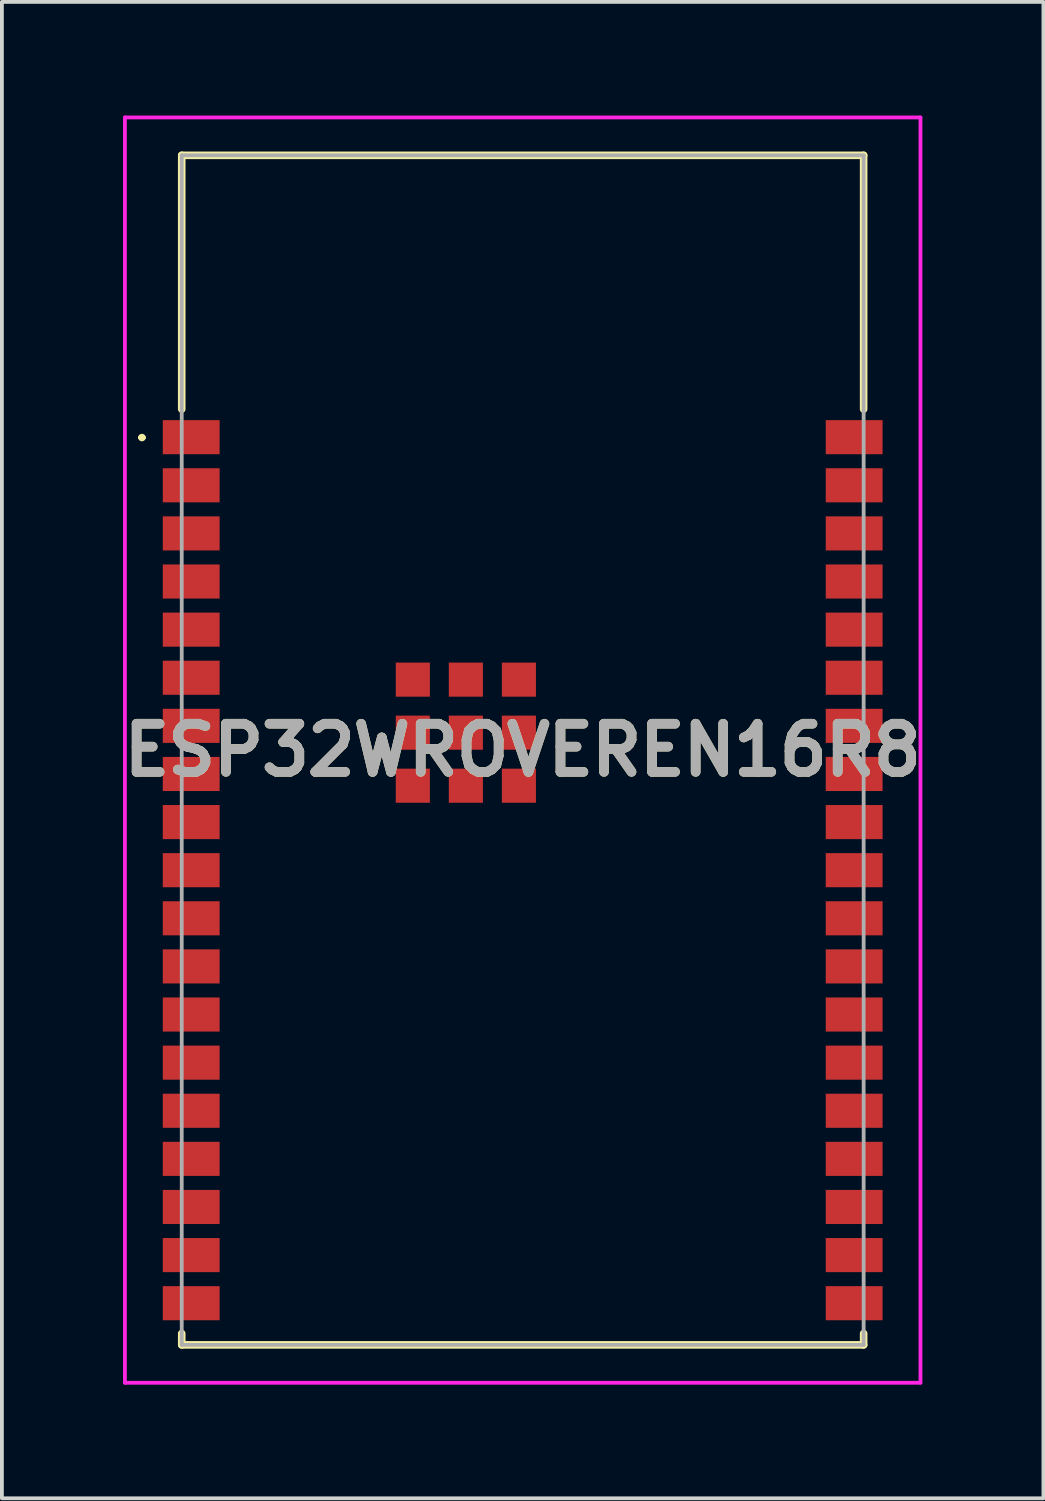
<source format=kicad_pcb>
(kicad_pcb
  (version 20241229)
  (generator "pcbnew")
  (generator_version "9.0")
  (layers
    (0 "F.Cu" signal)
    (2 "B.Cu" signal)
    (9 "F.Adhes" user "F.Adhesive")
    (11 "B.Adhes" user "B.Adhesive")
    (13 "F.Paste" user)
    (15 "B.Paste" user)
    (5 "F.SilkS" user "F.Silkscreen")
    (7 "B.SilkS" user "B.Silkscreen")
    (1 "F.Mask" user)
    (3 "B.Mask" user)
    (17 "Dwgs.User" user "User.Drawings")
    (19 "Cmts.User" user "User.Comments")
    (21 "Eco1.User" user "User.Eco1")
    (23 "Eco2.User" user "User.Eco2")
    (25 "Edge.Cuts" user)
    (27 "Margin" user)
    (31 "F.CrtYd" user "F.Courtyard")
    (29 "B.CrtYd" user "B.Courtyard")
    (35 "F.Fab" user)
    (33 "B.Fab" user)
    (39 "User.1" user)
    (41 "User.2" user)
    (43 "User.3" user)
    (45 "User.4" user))
  (footprint "ESP32WROVEREN16R8"
    (layer "F.Cu")
    (at 10.747 16.75)
    (property "Reference" "ESP32WROVEREN16R8" (at 0 0 0) (layer "F.SilkS") (effects (font (size 1.27 1.27) (thickness 0.254))))
    (attr smd)
    (fp_line (start -10.1 -8.25) (end -10.1 -8.25) (stroke (width 0.1) (type solid)) (layer "F.SilkS"))
    (fp_line (start -10 -8.25) (end -10 -8.25) (stroke (width 0.1) (type solid)) (layer "F.SilkS"))
    (fp_line (start -9 -15.7) (end -9 -9) (stroke (width 0.2) (type solid)) (layer "F.SilkS"))
    (fp_line (start -9 15.4) (end -9 15.7) (stroke (width 0.2) (type solid)) (layer "F.SilkS"))
    (fp_line (start -9 15.7) (end 9 15.7) (stroke (width 0.2) (type solid)) (layer "F.SilkS"))
    (fp_line (start 9 -15.7) (end -9 -15.7) (stroke (width 0.2) (type solid)) (layer "F.SilkS"))
    (fp_line (start 9 -9) (end 9 -15.7) (stroke (width 0.2) (type solid)) (layer "F.SilkS"))
    (fp_line (start 9 15.7) (end 9 15.4) (stroke (width 0.2) (type solid)) (layer "F.SilkS"))
    (fp_arc (start -10.1 -8.25) (mid -10.05 -8.3) (end -10 -8.25) (stroke (width 0.1) (type solid)) (layer "F.SilkS"))
    (fp_arc (start -10 -8.25) (mid -10.05 -8.2) (end -10.1 -8.25) (stroke (width 0.1) (type solid)) (layer "F.SilkS"))
    (fp_line (start -10.5 -16.7) (end 10.5 -16.7) (stroke (width 0.1) (type solid)) (layer "F.CrtYd"))
    (fp_line (start -10.5 16.7) (end -10.5 -16.7) (stroke (width 0.1) (type solid)) (layer "F.CrtYd"))
    (fp_line (start 10.5 -16.7) (end 10.5 16.7) (stroke (width 0.1) (type solid)) (layer "F.CrtYd"))
    (fp_line (start 10.5 16.7) (end -10.5 16.7) (stroke (width 0.1) (type solid)) (layer "F.CrtYd"))
    (fp_line (start -9 -15.7) (end -9 15.7) (stroke (width 0.1) (type solid)) (layer "F.Fab"))
    (fp_line (start -9 15.7) (end 9 15.7) (stroke (width 0.1) (type solid)) (layer "F.Fab"))
    (fp_line (start 9 -15.7) (end -9 -15.7) (stroke (width 0.1) (type solid)) (layer "F.Fab"))
    (fp_line (start 9 15.7) (end 9 -15.7) (stroke (width 0.1) (type solid)) (layer "F.Fab"))
    (fp_text user "${REFERENCE}" (at 0 0 0) (layer "F.Fab") (effects (font (size 1.27 1.27) (thickness 0.254))))
    (pad "1" smd rect (at -8.75 -8.26 90) (size 0.9 1.5) (layers "F.Cu" "F.Mask" "F.Paste"))
    (pad "2" smd rect (at -8.75 -6.99 90) (size 0.9 1.5) (layers "F.Cu" "F.Mask" "F.Paste"))
    (pad "3" smd rect (at -8.75 -5.72 90) (size 0.9 1.5) (layers "F.Cu" "F.Mask" "F.Paste"))
    (pad "4" smd rect (at -8.75 -4.45 90) (size 0.9 1.5) (layers "F.Cu" "F.Mask" "F.Paste"))
    (pad "5" smd rect (at -8.75 -3.18 90) (size 0.9 1.5) (layers "F.Cu" "F.Mask" "F.Paste"))
    (pad "6" smd rect (at -8.75 -1.91 90) (size 0.9 1.5) (layers "F.Cu" "F.Mask" "F.Paste"))
    (pad "7" smd rect (at -8.75 -0.64 90) (size 0.9 1.5) (layers "F.Cu" "F.Mask" "F.Paste"))
    (pad "8" smd rect (at -8.75 0.63 90) (size 0.9 1.5) (layers "F.Cu" "F.Mask" "F.Paste"))
    (pad "9" smd rect (at -8.75 1.9 90) (size 0.9 1.5) (layers "F.Cu" "F.Mask" "F.Paste"))
    (pad "10" smd rect (at -8.75 3.17 90) (size 0.9 1.5) (layers "F.Cu" "F.Mask" "F.Paste"))
    (pad "11" smd rect (at -8.75 4.44 90) (size 0.9 1.5) (layers "F.Cu" "F.Mask" "F.Paste"))
    (pad "12" smd rect (at -8.75 5.71 90) (size 0.9 1.5) (layers "F.Cu" "F.Mask" "F.Paste"))
    (pad "13" smd rect (at -8.75 6.98 90) (size 0.9 1.5) (layers "F.Cu" "F.Mask" "F.Paste"))
    (pad "14" smd rect (at -8.75 8.25 90) (size 0.9 1.5) (layers "F.Cu" "F.Mask" "F.Paste"))
    (pad "15" smd rect (at -8.75 9.52 90) (size 0.9 1.5) (layers "F.Cu" "F.Mask" "F.Paste"))
    (pad "16" smd rect (at -8.75 10.79 90) (size 0.9 1.5) (layers "F.Cu" "F.Mask" "F.Paste"))
    (pad "17" smd rect (at -8.75 12.06 90) (size 0.9 1.5) (layers "F.Cu" "F.Mask" "F.Paste"))
    (pad "18" smd rect (at -8.75 13.33 90) (size 0.9 1.5) (layers "F.Cu" "F.Mask" "F.Paste"))
    (pad "19" smd rect (at -8.75 14.6 90) (size 0.9 1.5) (layers "F.Cu" "F.Mask" "F.Paste"))
    (pad "20" smd rect (at 8.75 14.6 90) (size 0.9 1.5) (layers "F.Cu" "F.Mask" "F.Paste"))
    (pad "21" smd rect (at 8.75 13.33 90) (size 0.9 1.5) (layers "F.Cu" "F.Mask" "F.Paste"))
    (pad "22" smd rect (at 8.75 12.06 90) (size 0.9 1.5) (layers "F.Cu" "F.Mask" "F.Paste"))
    (pad "23" smd rect (at 8.75 10.79 90) (size 0.9 1.5) (layers "F.Cu" "F.Mask" "F.Paste"))
    (pad "24" smd rect (at 8.75 9.52 90) (size 0.9 1.5) (layers "F.Cu" "F.Mask" "F.Paste"))
    (pad "25" smd rect (at 8.75 8.25 90) (size 0.9 1.5) (layers "F.Cu" "F.Mask" "F.Paste"))
    (pad "26" smd rect (at 8.75 6.98 90) (size 0.9 1.5) (layers "F.Cu" "F.Mask" "F.Paste"))
    (pad "27" smd rect (at 8.75 5.71 90) (size 0.9 1.5) (layers "F.Cu" "F.Mask" "F.Paste"))
    (pad "28" smd rect (at 8.75 4.44 90) (size 0.9 1.5) (layers "F.Cu" "F.Mask" "F.Paste"))
    (pad "29" smd rect (at 8.75 3.17 90) (size 0.9 1.5) (layers "F.Cu" "F.Mask" "F.Paste"))
    (pad "30" smd rect (at 8.75 1.9 90) (size 0.9 1.5) (layers "F.Cu" "F.Mask" "F.Paste"))
    (pad "31" smd rect (at 8.75 0.63 90) (size 0.9 1.5) (layers "F.Cu" "F.Mask" "F.Paste"))
    (pad "32" smd rect (at 8.75 -0.64 90) (size 0.9 1.5) (layers "F.Cu" "F.Mask" "F.Paste"))
    (pad "33" smd rect (at 8.75 -1.91 90) (size 0.9 1.5) (layers "F.Cu" "F.Mask" "F.Paste"))
    (pad "34" smd rect (at 8.75 -3.18 90) (size 0.9 1.5) (layers "F.Cu" "F.Mask" "F.Paste"))
    (pad "35" smd rect (at 8.75 -4.45 90) (size 0.9 1.5) (layers "F.Cu" "F.Mask" "F.Paste"))
    (pad "36" smd rect (at 8.75 -5.72 90) (size 0.9 1.5) (layers "F.Cu" "F.Mask" "F.Paste"))
    (pad "37" smd rect (at 8.75 -6.99 90) (size 0.9 1.5) (layers "F.Cu" "F.Mask" "F.Paste"))
    (pad "38" smd rect (at 8.75 -8.26 90) (size 0.9 1.5) (layers "F.Cu" "F.Mask" "F.Paste"))
    (pad "39" smd rect (at -1.5 -0.46 90) (size 0.9 0.9) (layers "F.Cu" "F.Mask" "F.Paste"))
    (pad "40" smd rect (at -2.9 0.94 90) (size 0.9 0.9) (layers "F.Cu" "F.Mask" "F.Paste"))
    (pad "41" smd rect (at -1.5 0.94 90) (size 0.9 0.9) (layers "F.Cu" "F.Mask" "F.Paste"))
    (pad "42" smd rect (at -0.1 0.94 90) (size 0.9 0.9) (layers "F.Cu" "F.Mask" "F.Paste"))
    (pad "43" smd rect (at -0.1 -0.46 90) (size 0.9 0.9) (layers "F.Cu" "F.Mask" "F.Paste"))
    (pad "44" smd rect (at -0.1 -1.86 90) (size 0.9 0.9) (layers "F.Cu" "F.Mask" "F.Paste"))
    (pad "45" smd rect (at -1.5 -1.86 90) (size 0.9 0.9) (layers "F.Cu" "F.Mask" "F.Paste"))
    (pad "46" smd rect (at -2.9 -1.86 90) (size 0.9 0.9) (layers "F.Cu" "F.Mask" "F.Paste"))
    (pad "47" smd rect (at -2.9 -0.46 90) (size 0.9 0.9) (layers "F.Cu" "F.Mask" "F.Paste")))
  (gr_rect
    (start -3 -3)
    (end 24.493 36.5)
    (stroke (width 0.1) (type default))
    (fill no)
    (layer "Edge.Cuts")))
</source>
